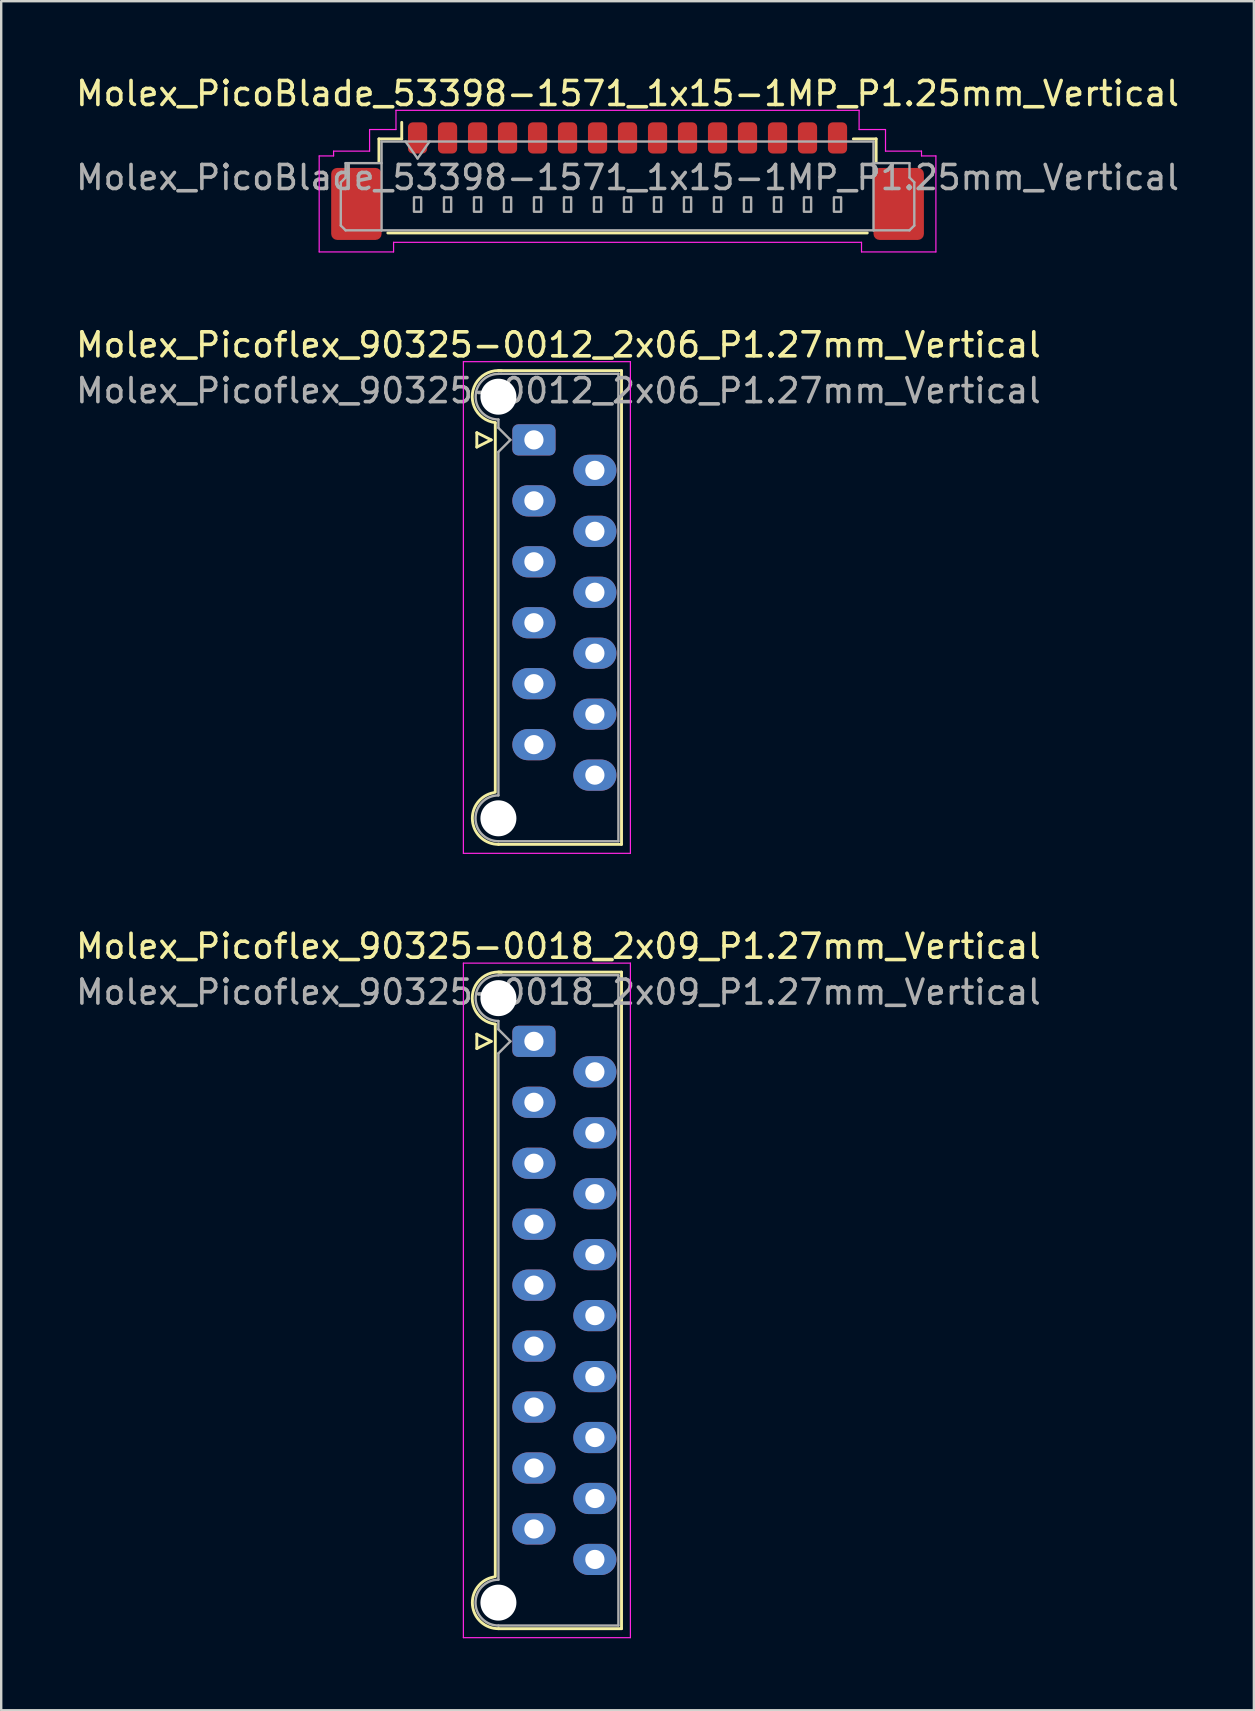
<source format=kicad_pcb>
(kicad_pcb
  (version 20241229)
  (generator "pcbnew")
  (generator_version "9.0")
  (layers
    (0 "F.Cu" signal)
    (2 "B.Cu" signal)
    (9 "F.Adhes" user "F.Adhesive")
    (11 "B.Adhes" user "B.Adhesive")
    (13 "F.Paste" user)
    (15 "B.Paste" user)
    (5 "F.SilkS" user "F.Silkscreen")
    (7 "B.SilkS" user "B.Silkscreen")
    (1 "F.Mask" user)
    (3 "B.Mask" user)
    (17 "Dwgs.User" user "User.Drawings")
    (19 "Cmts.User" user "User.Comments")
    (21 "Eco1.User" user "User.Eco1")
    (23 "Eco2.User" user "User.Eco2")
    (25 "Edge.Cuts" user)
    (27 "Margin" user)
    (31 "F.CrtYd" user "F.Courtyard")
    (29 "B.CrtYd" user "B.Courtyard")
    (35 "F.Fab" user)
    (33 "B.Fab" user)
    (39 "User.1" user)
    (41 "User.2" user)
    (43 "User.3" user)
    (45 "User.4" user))
  (footprint "Molex_PicoBlade_53398-1571_1x15-1MP_P1.25mm_Vertical"
    (layer "F.Cu")
    (at 23.101 3.948)
    (property "Reference" "Molex_PicoBlade_53398-1571_1x15-1MP_P1.25mm_Vertical" (at 0 -3.1 0) (layer "F.SilkS") (effects (font (size 1 1) (thickness 0.15))))
    (attr smd)
    (fp_line (start -10.36 -1.21) (end -9.41 -1.21) (stroke (width 0.12) (type solid)) (layer "F.SilkS"))
    (fp_line (start -10.36 -0.26) (end -10.36 -1.21) (stroke (width 0.12) (type solid)) (layer "F.SilkS"))
    (fp_line (start -9.99 2.71) (end 9.99 2.71) (stroke (width 0.12) (type solid)) (layer "F.SilkS"))
    (fp_line (start -9.41 -1.21) (end -9.41 -1.9) (stroke (width 0.12) (type solid)) (layer "F.SilkS"))
    (fp_line (start 10.36 -1.21) (end 9.41 -1.21) (stroke (width 0.12) (type solid)) (layer "F.SilkS"))
    (fp_line (start 10.36 -0.26) (end 10.36 -1.21) (stroke (width 0.12) (type solid)) (layer "F.SilkS"))
    (fp_line (start -12.85 -0.5) (end -12.25 -0.5) (stroke (width 0.05) (type solid)) (layer "F.CrtYd"))
    (fp_line (start -12.85 3.5) (end -12.85 -0.5) (stroke (width 0.05) (type solid)) (layer "F.CrtYd"))
    (fp_line (start -12.25 -0.7) (end -10.75 -0.7) (stroke (width 0.05) (type solid)) (layer "F.CrtYd"))
    (fp_line (start -12.25 -0.5) (end -12.25 -0.7) (stroke (width 0.05) (type solid)) (layer "F.CrtYd"))
    (fp_line (start -10.75 -1.6) (end -9.65 -1.6) (stroke (width 0.05) (type solid)) (layer "F.CrtYd"))
    (fp_line (start -10.75 -0.7) (end -10.75 -1.6) (stroke (width 0.05) (type solid)) (layer "F.CrtYd"))
    (fp_line (start -9.75 3.1) (end -9.75 3.5) (stroke (width 0.05) (type solid)) (layer "F.CrtYd"))
    (fp_line (start -9.75 3.5) (end -12.85 3.5) (stroke (width 0.05) (type solid)) (layer "F.CrtYd"))
    (fp_line (start -9.65 -2.4) (end 9.65 -2.4) (stroke (width 0.05) (type solid)) (layer "F.CrtYd"))
    (fp_line (start -9.65 -1.6) (end -9.65 -2.4) (stroke (width 0.05) (type solid)) (layer "F.CrtYd"))
    (fp_line (start 9.65 -2.4) (end 9.65 -1.6) (stroke (width 0.05) (type solid)) (layer "F.CrtYd"))
    (fp_line (start 9.65 -1.6) (end 10.75 -1.6) (stroke (width 0.05) (type solid)) (layer "F.CrtYd"))
    (fp_line (start 9.75 3.1) (end -9.75 3.1) (stroke (width 0.05) (type solid)) (layer "F.CrtYd"))
    (fp_line (start 9.75 3.5) (end 9.75 3.1) (stroke (width 0.05) (type solid)) (layer "F.CrtYd"))
    (fp_line (start 10.75 -1.6) (end 10.75 -0.7) (stroke (width 0.05) (type solid)) (layer "F.CrtYd"))
    (fp_line (start 10.75 -0.7) (end 12.25 -0.7) (stroke (width 0.05) (type solid)) (layer "F.CrtYd"))
    (fp_line (start 12.25 -0.7) (end 12.25 -0.5) (stroke (width 0.05) (type solid)) (layer "F.CrtYd"))
    (fp_line (start 12.25 -0.5) (end 12.85 -0.5) (stroke (width 0.05) (type solid)) (layer "F.CrtYd"))
    (fp_line (start 12.85 -0.5) (end 12.85 3.5) (stroke (width 0.05) (type solid)) (layer "F.CrtYd"))
    (fp_line (start 12.85 3.5) (end 9.75 3.5) (stroke (width 0.05) (type solid)) (layer "F.CrtYd"))
    (fp_line (start -11.95 0.6) (end -11.75 0.4) (stroke (width 0.1) (type solid)) (layer "F.Fab"))
    (fp_line (start -11.95 2.4) (end -11.95 0.6) (stroke (width 0.1) (type solid)) (layer "F.Fab"))
    (fp_line (start -11.75 -0.2) (end -10.25 -0.2) (stroke (width 0.1) (type solid)) (layer "F.Fab"))
    (fp_line (start -11.75 0.4) (end -11.75 -0.2) (stroke (width 0.1) (type solid)) (layer "F.Fab"))
    (fp_line (start -11.75 2.6) (end -11.95 2.4) (stroke (width 0.1) (type solid)) (layer "F.Fab"))
    (fp_line (start -10.25 -1.1) (end -10.25 2.6) (stroke (width 0.1) (type solid)) (layer "F.Fab"))
    (fp_line (start -10.25 -1.1) (end 10.25 -1.1) (stroke (width 0.1) (type solid)) (layer "F.Fab"))
    (fp_line (start -10.25 2.6) (end -11.75 2.6) (stroke (width 0.1) (type solid)) (layer "F.Fab"))
    (fp_line (start -10.25 2.6) (end 10.25 2.6) (stroke (width 0.1) (type solid)) (layer "F.Fab"))
    (fp_line (start -9.25 -1.1) (end -8.75 -0.393) (stroke (width 0.1) (type solid)) (layer "F.Fab"))
    (fp_line (start -8.75 -0.393) (end -8.25 -1.1) (stroke (width 0.1) (type solid)) (layer "F.Fab"))
    (fp_line (start 10.25 -1.1) (end 10.25 2.6) (stroke (width 0.1) (type solid)) (layer "F.Fab"))
    (fp_line (start 10.25 2.6) (end 11.75 2.6) (stroke (width 0.1) (type solid)) (layer "F.Fab"))
    (fp_line (start 11.75 -0.2) (end 10.25 -0.2) (stroke (width 0.1) (type solid)) (layer "F.Fab"))
    (fp_line (start 11.75 0.4) (end 11.75 -0.2) (stroke (width 0.1) (type solid)) (layer "F.Fab"))
    (fp_line (start 11.75 2.6) (end 11.95 2.4) (stroke (width 0.1) (type solid)) (layer "F.Fab"))
    (fp_line (start 11.95 0.6) (end 11.75 0.4) (stroke (width 0.1) (type solid)) (layer "F.Fab"))
    (fp_line (start 11.95 2.4) (end 11.95 0.6) (stroke (width 0.1) (type solid)) (layer "F.Fab"))
    (fp_rect (start -8.9 1.225) (end -8.6 1.825) (stroke (width 0.1) (type solid)) (fill no) (layer "F.Fab"))
    (fp_rect (start -7.65 1.225) (end -7.35 1.825) (stroke (width 0.1) (type solid)) (fill no) (layer "F.Fab"))
    (fp_rect (start -6.4 1.225) (end -6.1 1.825) (stroke (width 0.1) (type solid)) (fill no) (layer "F.Fab"))
    (fp_rect (start -5.15 1.225) (end -4.85 1.825) (stroke (width 0.1) (type solid)) (fill no) (layer "F.Fab"))
    (fp_rect (start -3.9 1.225) (end -3.6 1.825) (stroke (width 0.1) (type solid)) (fill no) (layer "F.Fab"))
    (fp_rect (start -2.65 1.225) (end -2.35 1.825) (stroke (width 0.1) (type solid)) (fill no) (layer "F.Fab"))
    (fp_rect (start -1.4 1.225) (end -1.1 1.825) (stroke (width 0.1) (type solid)) (fill no) (layer "F.Fab"))
    (fp_rect (start -0.15 1.225) (end 0.15 1.825) (stroke (width 0.1) (type solid)) (fill no) (layer "F.Fab"))
    (fp_rect (start 1.1 1.225) (end 1.4 1.825) (stroke (width 0.1) (type solid)) (fill no) (layer "F.Fab"))
    (fp_rect (start 2.35 1.225) (end 2.65 1.825) (stroke (width 0.1) (type solid)) (fill no) (layer "F.Fab"))
    (fp_rect (start 3.6 1.225) (end 3.9 1.825) (stroke (width 0.1) (type solid)) (fill no) (layer "F.Fab"))
    (fp_rect (start 4.85 1.225) (end 5.15 1.825) (stroke (width 0.1) (type solid)) (fill no) (layer "F.Fab"))
    (fp_rect (start 6.1 1.225) (end 6.4 1.825) (stroke (width 0.1) (type solid)) (fill no) (layer "F.Fab"))
    (fp_rect (start 7.35 1.225) (end 7.65 1.825) (stroke (width 0.1) (type solid)) (fill no) (layer "F.Fab"))
    (fp_rect (start 8.6 1.225) (end 8.9 1.825) (stroke (width 0.1) (type solid)) (fill no) (layer "F.Fab"))
    (fp_text user "${REFERENCE}" (at 0 0.4 0) (layer "F.Fab") (effects (font (size 1 1) (thickness 0.15))))
    (pad "1" smd roundrect (at -8.75 -1.25) (size 0.8 1.3) (layers "F.Cu" "F.Mask" "F.Paste") (roundrect_rratio 0.25))
    (pad "2" smd roundrect (at -7.5 -1.25) (size 0.8 1.3) (layers "F.Cu" "F.Mask" "F.Paste") (roundrect_rratio 0.25))
    (pad "3" smd roundrect (at -6.25 -1.25) (size 0.8 1.3) (layers "F.Cu" "F.Mask" "F.Paste") (roundrect_rratio 0.25))
    (pad "4" smd roundrect (at -5 -1.25) (size 0.8 1.3) (layers "F.Cu" "F.Mask" "F.Paste") (roundrect_rratio 0.25))
    (pad "5" smd roundrect (at -3.75 -1.25) (size 0.8 1.3) (layers "F.Cu" "F.Mask" "F.Paste") (roundrect_rratio 0.25))
    (pad "6" smd roundrect (at -2.5 -1.25) (size 0.8 1.3) (layers "F.Cu" "F.Mask" "F.Paste") (roundrect_rratio 0.25))
    (pad "7" smd roundrect (at -1.25 -1.25) (size 0.8 1.3) (layers "F.Cu" "F.Mask" "F.Paste") (roundrect_rratio 0.25))
    (pad "8" smd roundrect (at 0 -1.25) (size 0.8 1.3) (layers "F.Cu" "F.Mask" "F.Paste") (roundrect_rratio 0.25))
    (pad "9" smd roundrect (at 1.25 -1.25) (size 0.8 1.3) (layers "F.Cu" "F.Mask" "F.Paste") (roundrect_rratio 0.25))
    (pad "10" smd roundrect (at 2.5 -1.25) (size 0.8 1.3) (layers "F.Cu" "F.Mask" "F.Paste") (roundrect_rratio 0.25))
    (pad "11" smd roundrect (at 3.75 -1.25) (size 0.8 1.3) (layers "F.Cu" "F.Mask" "F.Paste") (roundrect_rratio 0.25))
    (pad "12" smd roundrect (at 5 -1.25) (size 0.8 1.3) (layers "F.Cu" "F.Mask" "F.Paste") (roundrect_rratio 0.25))
    (pad "13" smd roundrect (at 6.25 -1.25) (size 0.8 1.3) (layers "F.Cu" "F.Mask" "F.Paste") (roundrect_rratio 0.25))
    (pad "14" smd roundrect (at 7.5 -1.25) (size 0.8 1.3) (layers "F.Cu" "F.Mask" "F.Paste") (roundrect_rratio 0.25))
    (pad "15" smd roundrect (at 8.75 -1.25) (size 0.8 1.3) (layers "F.Cu" "F.Mask" "F.Paste") (roundrect_rratio 0.25))
    (pad "MP" smd roundrect (at -11.3 1.5) (size 2.1 3) (layers "F.Cu" "F.Mask" "F.Paste") (roundrect_rratio 0.119))
    (pad "MP" smd roundrect (at 11.3 1.5) (size 2.1 3) (layers "F.Cu" "F.Mask" "F.Paste") (roundrect_rratio 0.119)))
  (footprint "Molex_Picoflex_90325-0018_2x09_P1.27mm_Vertical"
    (layer "F.Cu")
    (at 19.2 40.345)
    (property "Reference" "Molex_Picoflex_90325-0018_2x09_P1.27mm_Vertical" (at 1.02 -3.96 0) (layer "F.SilkS") (effects (font (size 1 1) (thickness 0.15))))
    (attr through_hole)
    (fp_line (start -2.38 -0.3) (end -2.38 0.3) (stroke (width 0.12) (type solid)) (layer "F.SilkS"))
    (fp_line (start -2.38 0.3) (end -1.78 0) (stroke (width 0.12) (type solid)) (layer "F.SilkS"))
    (fp_line (start -1.78 0) (end -2.38 -0.3) (stroke (width 0.12) (type solid)) (layer "F.SilkS"))
    (fp_line (start -1.61 -0.715) (end -1.61 22.305) (stroke (width 0.12) (type solid)) (layer "F.SilkS"))
    (fp_line (start -1.48 -2.885) (end 3.65 -2.885) (stroke (width 0.12) (type solid)) (layer "F.SilkS"))
    (fp_line (start 3.65 -2.885) (end 3.65 24.475) (stroke (width 0.12) (type solid)) (layer "F.SilkS"))
    (fp_line (start 3.65 24.475) (end -1.48 24.475) (stroke (width 0.12) (type solid)) (layer "F.SilkS"))
    (fp_arc (start -1.61 -0.72) (mid -2.56 -1.93) (end -1.35 -2.88) (stroke (width 0.12) (type solid)) (layer "F.SilkS"))
    (fp_arc (start -1.47 24.475) (mid -2.56 23.494526) (end -1.678256 22.32322) (stroke (width 0.12) (type solid)) (layer "F.SilkS"))
    (fp_line (start -2.94 -3.26) (end -2.94 24.85) (stroke (width 0.05) (type solid)) (layer "F.CrtYd"))
    (fp_line (start -2.94 24.85) (end 4.02 24.85) (stroke (width 0.05) (type solid)) (layer "F.CrtYd"))
    (fp_line (start 4.02 -3.26) (end -2.94 -3.26) (stroke (width 0.05) (type solid)) (layer "F.CrtYd"))
    (fp_line (start 4.02 24.85) (end 4.02 -3.26) (stroke (width 0.05) (type solid)) (layer "F.CrtYd"))
    (fp_line (start -1.48 -2.755) (end 3.52 -2.755) (stroke (width 0.1) (type solid)) (layer "F.Fab"))
    (fp_line (start -1.48 -0.845) (end -1.48 -0.5) (stroke (width 0.1) (type solid)) (layer "F.Fab"))
    (fp_line (start -1.48 -0.5) (end -0.98 0) (stroke (width 0.1) (type solid)) (layer "F.Fab"))
    (fp_line (start -1.48 0.5) (end -1.48 22.435) (stroke (width 0.1) (type solid)) (layer "F.Fab"))
    (fp_line (start -0.98 0) (end -1.48 0.5) (stroke (width 0.1) (type solid)) (layer "F.Fab"))
    (fp_line (start 3.52 -2.755) (end 3.52 24.345) (stroke (width 0.1) (type solid)) (layer "F.Fab"))
    (fp_line (start 3.52 24.345) (end -1.48 24.345) (stroke (width 0.1) (type solid)) (layer "F.Fab"))
    (fp_arc (start -1.48 -0.85) (mid -2.43 -1.8) (end -1.48 -2.75) (stroke (width 0.1) (type solid)) (layer "F.Fab"))
    (fp_arc (start -1.48 24.345) (mid -2.435 23.39) (end -1.48 22.435) (stroke (width 0.1) (type solid)) (layer "F.Fab"))
    (fp_text user "${REFERENCE}" (at 1.02 -2.05 0) (layer "F.Fab") (effects (font (size 1 1) (thickness 0.15))))
    (pad "" np_thru_hole circle (at -1.48 -1.8) (size 1.5 1.5) (drill 1.5) (layers "*.Cu" "*.Mask"))
    (pad "" np_thru_hole circle (at -1.48 23.39) (size 1.5 1.5) (drill 1.5) (layers "*.Cu" "*.Mask"))
    (pad "1" thru_hole roundrect (at 0 0) (size 1.8 1.3) (drill 0.8) (layers "*.Cu" "*.Mask") (roundrect_rratio 0.192))
    (pad "2" thru_hole oval (at 2.54 1.27) (size 1.8 1.3) (drill 0.8) (layers "*.Cu" "*.Mask"))
    (pad "3" thru_hole oval (at 0 2.54) (size 1.8 1.3) (drill 0.8) (layers "*.Cu" "*.Mask"))
    (pad "4" thru_hole oval (at 2.54 3.81) (size 1.8 1.3) (drill 0.8) (layers "*.Cu" "*.Mask"))
    (pad "5" thru_hole oval (at 0 5.08) (size 1.8 1.3) (drill 0.8) (layers "*.Cu" "*.Mask"))
    (pad "6" thru_hole oval (at 2.54 6.35) (size 1.8 1.3) (drill 0.8) (layers "*.Cu" "*.Mask"))
    (pad "7" thru_hole oval (at 0 7.62) (size 1.8 1.3) (drill 0.8) (layers "*.Cu" "*.Mask"))
    (pad "8" thru_hole oval (at 2.54 8.89) (size 1.8 1.3) (drill 0.8) (layers "*.Cu" "*.Mask"))
    (pad "9" thru_hole oval (at 0 10.16) (size 1.8 1.3) (drill 0.8) (layers "*.Cu" "*.Mask"))
    (pad "10" thru_hole oval (at 2.54 11.43) (size 1.8 1.3) (drill 0.8) (layers "*.Cu" "*.Mask"))
    (pad "11" thru_hole oval (at 0 12.7) (size 1.8 1.3) (drill 0.8) (layers "*.Cu" "*.Mask"))
    (pad "12" thru_hole oval (at 2.54 13.97) (size 1.8 1.3) (drill 0.8) (layers "*.Cu" "*.Mask"))
    (pad "13" thru_hole oval (at 0 15.24) (size 1.8 1.3) (drill 0.8) (layers "*.Cu" "*.Mask"))
    (pad "14" thru_hole oval (at 2.54 16.51) (size 1.8 1.3) (drill 0.8) (layers "*.Cu" "*.Mask"))
    (pad "15" thru_hole oval (at 0 17.78) (size 1.8 1.3) (drill 0.8) (layers "*.Cu" "*.Mask"))
    (pad "16" thru_hole oval (at 2.54 19.05) (size 1.8 1.3) (drill 0.8) (layers "*.Cu" "*.Mask"))
    (pad "17" thru_hole oval (at 0 20.32) (size 1.8 1.3) (drill 0.8) (layers "*.Cu" "*.Mask"))
    (pad "18" thru_hole oval (at 2.54 21.59) (size 1.8 1.3) (drill 0.8) (layers "*.Cu" "*.Mask")))
  (footprint "Molex_Picoflex_90325-0012_2x06_P1.27mm_Vertical"
    (layer "F.Cu")
    (at 19.2 15.281)
    (property "Reference" "Molex_Picoflex_90325-0012_2x06_P1.27mm_Vertical" (at 1.02 -3.96 0) (layer "F.SilkS") (effects (font (size 1 1) (thickness 0.15))))
    (attr through_hole)
    (fp_line (start -2.38 -0.3) (end -2.38 0.3) (stroke (width 0.12) (type solid)) (layer "F.SilkS"))
    (fp_line (start -2.38 0.3) (end -1.78 0) (stroke (width 0.12) (type solid)) (layer "F.SilkS"))
    (fp_line (start -1.78 0) (end -2.38 -0.3) (stroke (width 0.12) (type solid)) (layer "F.SilkS"))
    (fp_line (start -1.61 -0.715) (end -1.61 14.685) (stroke (width 0.12) (type solid)) (layer "F.SilkS"))
    (fp_line (start -1.48 -2.885) (end 3.65 -2.885) (stroke (width 0.12) (type solid)) (layer "F.SilkS"))
    (fp_line (start 3.65 -2.885) (end 3.65 16.855) (stroke (width 0.12) (type solid)) (layer "F.SilkS"))
    (fp_line (start 3.65 16.855) (end -1.48 16.855) (stroke (width 0.12) (type solid)) (layer "F.SilkS"))
    (fp_arc (start -1.61 -0.72) (mid -2.56 -1.93) (end -1.35 -2.88) (stroke (width 0.12) (type solid)) (layer "F.SilkS"))
    (fp_arc (start -1.47 16.855) (mid -2.56 15.874526) (end -1.678256 14.70322) (stroke (width 0.12) (type solid)) (layer "F.SilkS"))
    (fp_line (start -2.94 -3.26) (end -2.94 17.23) (stroke (width 0.05) (type solid)) (layer "F.CrtYd"))
    (fp_line (start -2.94 17.23) (end 4.02 17.23) (stroke (width 0.05) (type solid)) (layer "F.CrtYd"))
    (fp_line (start 4.02 -3.26) (end -2.94 -3.26) (stroke (width 0.05) (type solid)) (layer "F.CrtYd"))
    (fp_line (start 4.02 17.23) (end 4.02 -3.26) (stroke (width 0.05) (type solid)) (layer "F.CrtYd"))
    (fp_line (start -1.48 -2.755) (end 3.52 -2.755) (stroke (width 0.1) (type solid)) (layer "F.Fab"))
    (fp_line (start -1.48 -0.845) (end -1.48 -0.5) (stroke (width 0.1) (type solid)) (layer "F.Fab"))
    (fp_line (start -1.48 -0.5) (end -0.98 0) (stroke (width 0.1) (type solid)) (layer "F.Fab"))
    (fp_line (start -1.48 0.5) (end -1.48 14.815) (stroke (width 0.1) (type solid)) (layer "F.Fab"))
    (fp_line (start -0.98 0) (end -1.48 0.5) (stroke (width 0.1) (type solid)) (layer "F.Fab"))
    (fp_line (start 3.52 -2.755) (end 3.52 16.725) (stroke (width 0.1) (type solid)) (layer "F.Fab"))
    (fp_line (start 3.52 16.725) (end -1.48 16.725) (stroke (width 0.1) (type solid)) (layer "F.Fab"))
    (fp_arc (start -1.48 -0.85) (mid -2.43 -1.8) (end -1.48 -2.75) (stroke (width 0.1) (type solid)) (layer "F.Fab"))
    (fp_arc (start -1.48 16.725) (mid -2.435 15.77) (end -1.48 14.815) (stroke (width 0.1) (type solid)) (layer "F.Fab"))
    (fp_text user "${REFERENCE}" (at 1.02 -2.05 0) (layer "F.Fab") (effects (font (size 1 1) (thickness 0.15))))
    (pad "" np_thru_hole circle (at -1.48 -1.8) (size 1.5 1.5) (drill 1.5) (layers "*.Cu" "*.Mask"))
    (pad "" np_thru_hole circle (at -1.48 15.77) (size 1.5 1.5) (drill 1.5) (layers "*.Cu" "*.Mask"))
    (pad "1" thru_hole roundrect (at 0 0) (size 1.8 1.3) (drill 0.8) (layers "*.Cu" "*.Mask") (roundrect_rratio 0.192))
    (pad "2" thru_hole oval (at 2.54 1.27) (size 1.8 1.3) (drill 0.8) (layers "*.Cu" "*.Mask"))
    (pad "3" thru_hole oval (at 0 2.54) (size 1.8 1.3) (drill 0.8) (layers "*.Cu" "*.Mask"))
    (pad "4" thru_hole oval (at 2.54 3.81) (size 1.8 1.3) (drill 0.8) (layers "*.Cu" "*.Mask"))
    (pad "5" thru_hole oval (at 0 5.08) (size 1.8 1.3) (drill 0.8) (layers "*.Cu" "*.Mask"))
    (pad "6" thru_hole oval (at 2.54 6.35) (size 1.8 1.3) (drill 0.8) (layers "*.Cu" "*.Mask"))
    (pad "7" thru_hole oval (at 0 7.62) (size 1.8 1.3) (drill 0.8) (layers "*.Cu" "*.Mask"))
    (pad "8" thru_hole oval (at 2.54 8.89) (size 1.8 1.3) (drill 0.8) (layers "*.Cu" "*.Mask"))
    (pad "9" thru_hole oval (at 0 10.16) (size 1.8 1.3) (drill 0.8) (layers "*.Cu" "*.Mask"))
    (pad "10" thru_hole oval (at 2.54 11.43) (size 1.8 1.3) (drill 0.8) (layers "*.Cu" "*.Mask"))
    (pad "11" thru_hole oval (at 0 12.7) (size 1.8 1.3) (drill 0.8) (layers "*.Cu" "*.Mask"))
    (pad "12" thru_hole oval (at 2.54 13.97) (size 1.8 1.3) (drill 0.8) (layers "*.Cu" "*.Mask")))
  (gr_rect
    (start -3 -3)
    (end 49.202 68.22)
    (stroke (width 0.1) (type default))
    (fill no)
    (layer "Edge.Cuts")))
</source>
